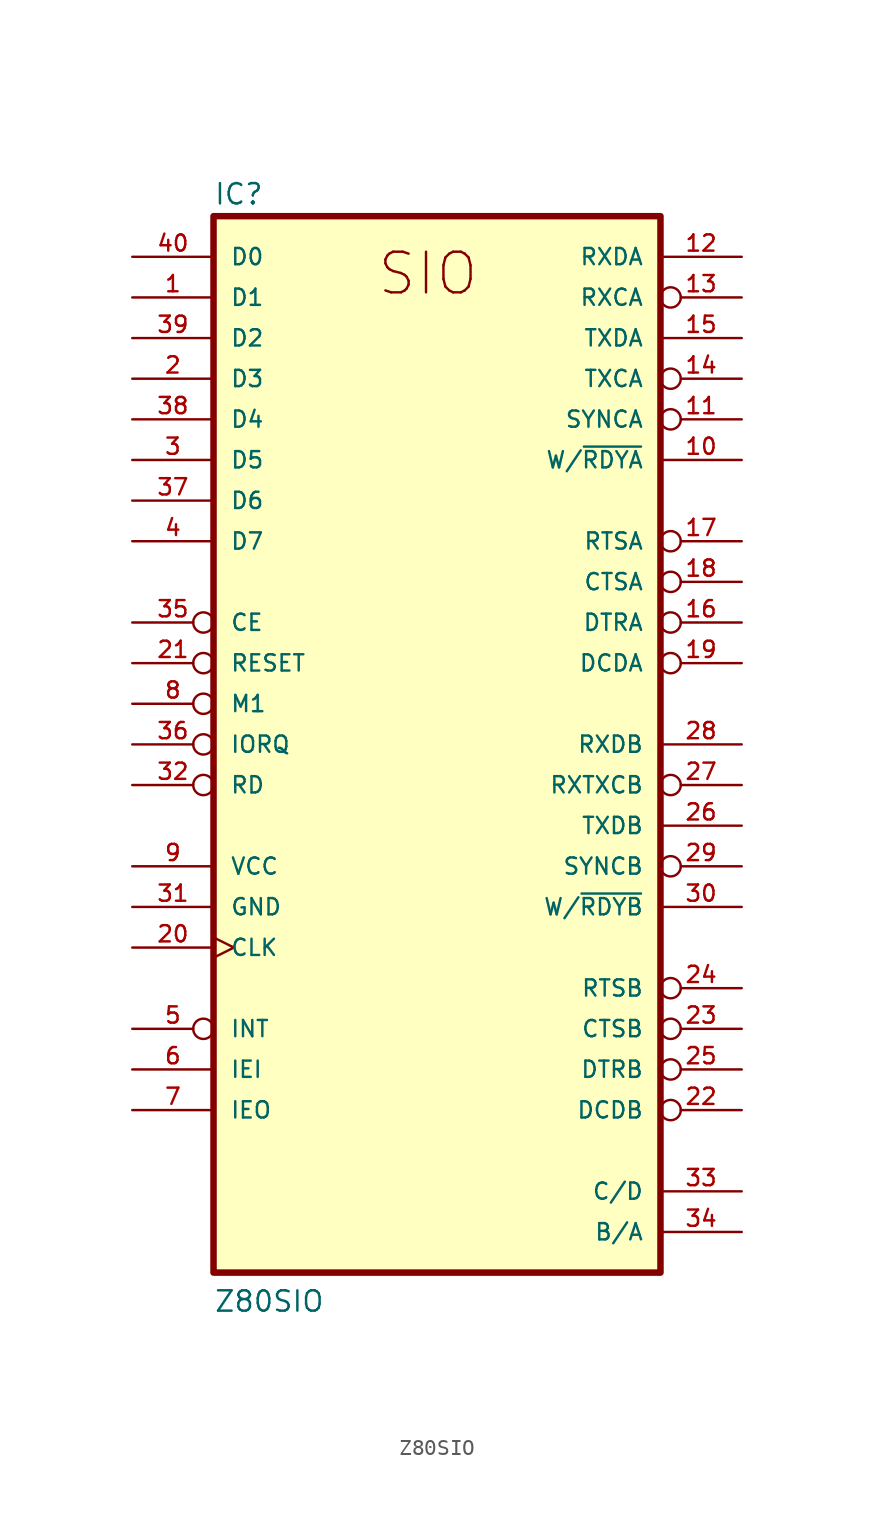
<source format=kicad_sym>
(kicad_symbol_lib
  (version 20211014)
  (generator kicad_symbol_editor)
  (symbol "Z80SIO"
    (pin_names
      (offset 1.016))
    (property "Reference" "IC"
      (at -12.7 33.655 0)
      (effects (font (size 1.27 1.27)) (justify bottom left)))
    (property "Value" "Z80SIO"
      (at -12.7 -35.56 0)
      (effects (font (size 1.27 1.27)) (justify bottom left)))
    (symbol "Z80SIO_0_0"
      (text "SIO" (at -2.54 27.94 0) (effects (font (size 2.54 2.54)) (justify bottom left)))
      (rectangle (start -12.7 -33.02) (end 15.24 33.02) (stroke (width 0.406)) (fill (type background)))
      (pin bidirectional line (at -17.78 30.48 0) (length 5.08) (name "D0" (effects (font (size 1.016 1.016)))) (number "40" (effects (font (size 1.016 1.016)))))
      (pin bidirectional line (at -17.78 27.94 0) (length 5.08) (name "D1" (effects (font (size 1.016 1.016)))) (number "1" (effects (font (size 1.016 1.016)))))
      (pin bidirectional line (at -17.78 25.4 0) (length 5.08) (name "D2" (effects (font (size 1.016 1.016)))) (number "39" (effects (font (size 1.016 1.016)))))
      (pin bidirectional line (at -17.78 22.86 0) (length 5.08) (name "D3" (effects (font (size 1.016 1.016)))) (number "2" (effects (font (size 1.016 1.016)))))
      (pin bidirectional line (at -17.78 20.32 0) (length 5.08) (name "D4" (effects (font (size 1.016 1.016)))) (number "38" (effects (font (size 1.016 1.016)))))
      (pin bidirectional line (at -17.78 17.78 0) (length 5.08) (name "D5" (effects (font (size 1.016 1.016)))) (number "3" (effects (font (size 1.016 1.016)))))
      (pin bidirectional line (at -17.78 15.24 0) (length 5.08) (name "D6" (effects (font (size 1.016 1.016)))) (number "37" (effects (font (size 1.016 1.016)))))
      (pin bidirectional line (at -17.78 12.7 0) (length 5.08) (name "D7" (effects (font (size 1.016 1.016)))) (number "4" (effects (font (size 1.016 1.016)))))
      (pin input inverted (at -17.78 7.62 0) (length 5.08) (name "CE" (effects (font (size 1.016 1.016)))) (number "35" (effects (font (size 1.016 1.016)))))
      (pin input inverted (at -17.78 5.08 0) (length 5.08) (name "RESET" (effects (font (size 1.016 1.016)))) (number "21" (effects (font (size 1.016 1.016)))))
      (pin input inverted (at -17.78 2.54 0) (length 5.08) (name "M1" (effects (font (size 1.016 1.016)))) (number "8" (effects (font (size 1.016 1.016)))))
      (pin input inverted (at -17.78 0.0 0) (length 5.08) (name "IORQ" (effects (font (size 1.016 1.016)))) (number "36" (effects (font (size 1.016 1.016)))))
      (pin input inverted (at -17.78 -2.54 0) (length 5.08) (name "RD" (effects (font (size 1.016 1.016)))) (number "32" (effects (font (size 1.016 1.016)))))
      (pin power_in line (at -17.78 -7.62 0) (length 5.08) (name "VCC" (effects (font (size 1.016 1.016)))) (number "9" (effects (font (size 1.016 1.016)))))
      (pin power_in line (at -17.78 -10.16 0) (length 5.08) (name "GND" (effects (font (size 1.016 1.016)))) (number "31" (effects (font (size 1.016 1.016)))))
      (pin input clock (at -17.78 -12.7 0) (length 5.08) (name "CLK" (effects (font (size 1.016 1.016)))) (number "20" (effects (font (size 1.016 1.016)))))
      (pin output inverted (at -17.78 -17.78 0) (length 5.08) (name "INT" (effects (font (size 1.016 1.016)))) (number "5" (effects (font (size 1.016 1.016)))))
      (pin input line (at -17.78 -20.32 0) (length 5.08) (name "IEI" (effects (font (size 1.016 1.016)))) (number "6" (effects (font (size 1.016 1.016)))))
      (pin output line (at -17.78 -22.86 0) (length 5.08) (name "IEO" (effects (font (size 1.016 1.016)))) (number "7" (effects (font (size 1.016 1.016)))))
      (pin input line (at 20.32 30.48 180.0) (length 5.08) (name "RXDA" (effects (font (size 1.016 1.016)))) (number "12" (effects (font (size 1.016 1.016)))))
      (pin input inverted (at 20.32 27.94 180.0) (length 5.08) (name "RXCA" (effects (font (size 1.016 1.016)))) (number "13" (effects (font (size 1.016 1.016)))))
      (pin input line (at 20.32 25.4 180.0) (length 5.08) (name "TXDA" (effects (font (size 1.016 1.016)))) (number "15" (effects (font (size 1.016 1.016)))))
      (pin input inverted (at 20.32 22.86 180.0) (length 5.08) (name "TXCA" (effects (font (size 1.016 1.016)))) (number "14" (effects (font (size 1.016 1.016)))))
      (pin bidirectional inverted (at 20.32 20.32 180.0) (length 5.08) (name "SYNCA" (effects (font (size 1.016 1.016)))) (number "11" (effects (font (size 1.016 1.016)))))
      (pin output line (at 20.32 17.78 180.0) (length 5.08) (name "W/~{RDYA}" (effects (font (size 1.016 1.016)))) (number "10" (effects (font (size 1.016 1.016)))))
      (pin output inverted (at 20.32 12.7 180.0) (length 5.08) (name "RTSA" (effects (font (size 1.016 1.016)))) (number "17" (effects (font (size 1.016 1.016)))))
      (pin input inverted (at 20.32 10.16 180.0) (length 5.08) (name "CTSA" (effects (font (size 1.016 1.016)))) (number "18" (effects (font (size 1.016 1.016)))))
      (pin output inverted (at 20.32 7.62 180.0) (length 5.08) (name "DTRA" (effects (font (size 1.016 1.016)))) (number "16" (effects (font (size 1.016 1.016)))))
      (pin input inverted (at 20.32 5.08 180.0) (length 5.08) (name "DCDA" (effects (font (size 1.016 1.016)))) (number "19" (effects (font (size 1.016 1.016)))))
      (pin input line (at 20.32 0.0 180.0) (length 5.08) (name "RXDB" (effects (font (size 1.016 1.016)))) (number "28" (effects (font (size 1.016 1.016)))))
      (pin input inverted (at 20.32 -2.54 180.0) (length 5.08) (name "RXTXCB" (effects (font (size 1.016 1.016)))) (number "27" (effects (font (size 1.016 1.016)))))
      (pin output line (at 20.32 -5.08 180.0) (length 5.08) (name "TXDB" (effects (font (size 1.016 1.016)))) (number "26" (effects (font (size 1.016 1.016)))))
      (pin bidirectional inverted (at 20.32 -7.62 180.0) (length 5.08) (name "SYNCB" (effects (font (size 1.016 1.016)))) (number "29" (effects (font (size 1.016 1.016)))))
      (pin output line (at 20.32 -10.16 180.0) (length 5.08) (name "W/~{RDYB}" (effects (font (size 1.016 1.016)))) (number "30" (effects (font (size 1.016 1.016)))))
      (pin output inverted (at 20.32 -15.24 180.0) (length 5.08) (name "RTSB" (effects (font (size 1.016 1.016)))) (number "24" (effects (font (size 1.016 1.016)))))
      (pin input inverted (at 20.32 -17.78 180.0) (length 5.08) (name "CTSB" (effects (font (size 1.016 1.016)))) (number "23" (effects (font (size 1.016 1.016)))))
      (pin output inverted (at 20.32 -20.32 180.0) (length 5.08) (name "DTRB" (effects (font (size 1.016 1.016)))) (number "25" (effects (font (size 1.016 1.016)))))
      (pin input inverted (at 20.32 -22.86 180.0) (length 5.08) (name "DCDB" (effects (font (size 1.016 1.016)))) (number "22" (effects (font (size 1.016 1.016)))))
      (pin input line (at 20.32 -27.94 180.0) (length 5.08) (name "C/D" (effects (font (size 1.016 1.016)))) (number "33" (effects (font (size 1.016 1.016)))))
      (pin input line (at 20.32 -30.48 180.0) (length 5.08) (name "B/A" (effects (font (size 1.016 1.016)))) (number "34" (effects (font (size 1.016 1.016))))))))
</source>
